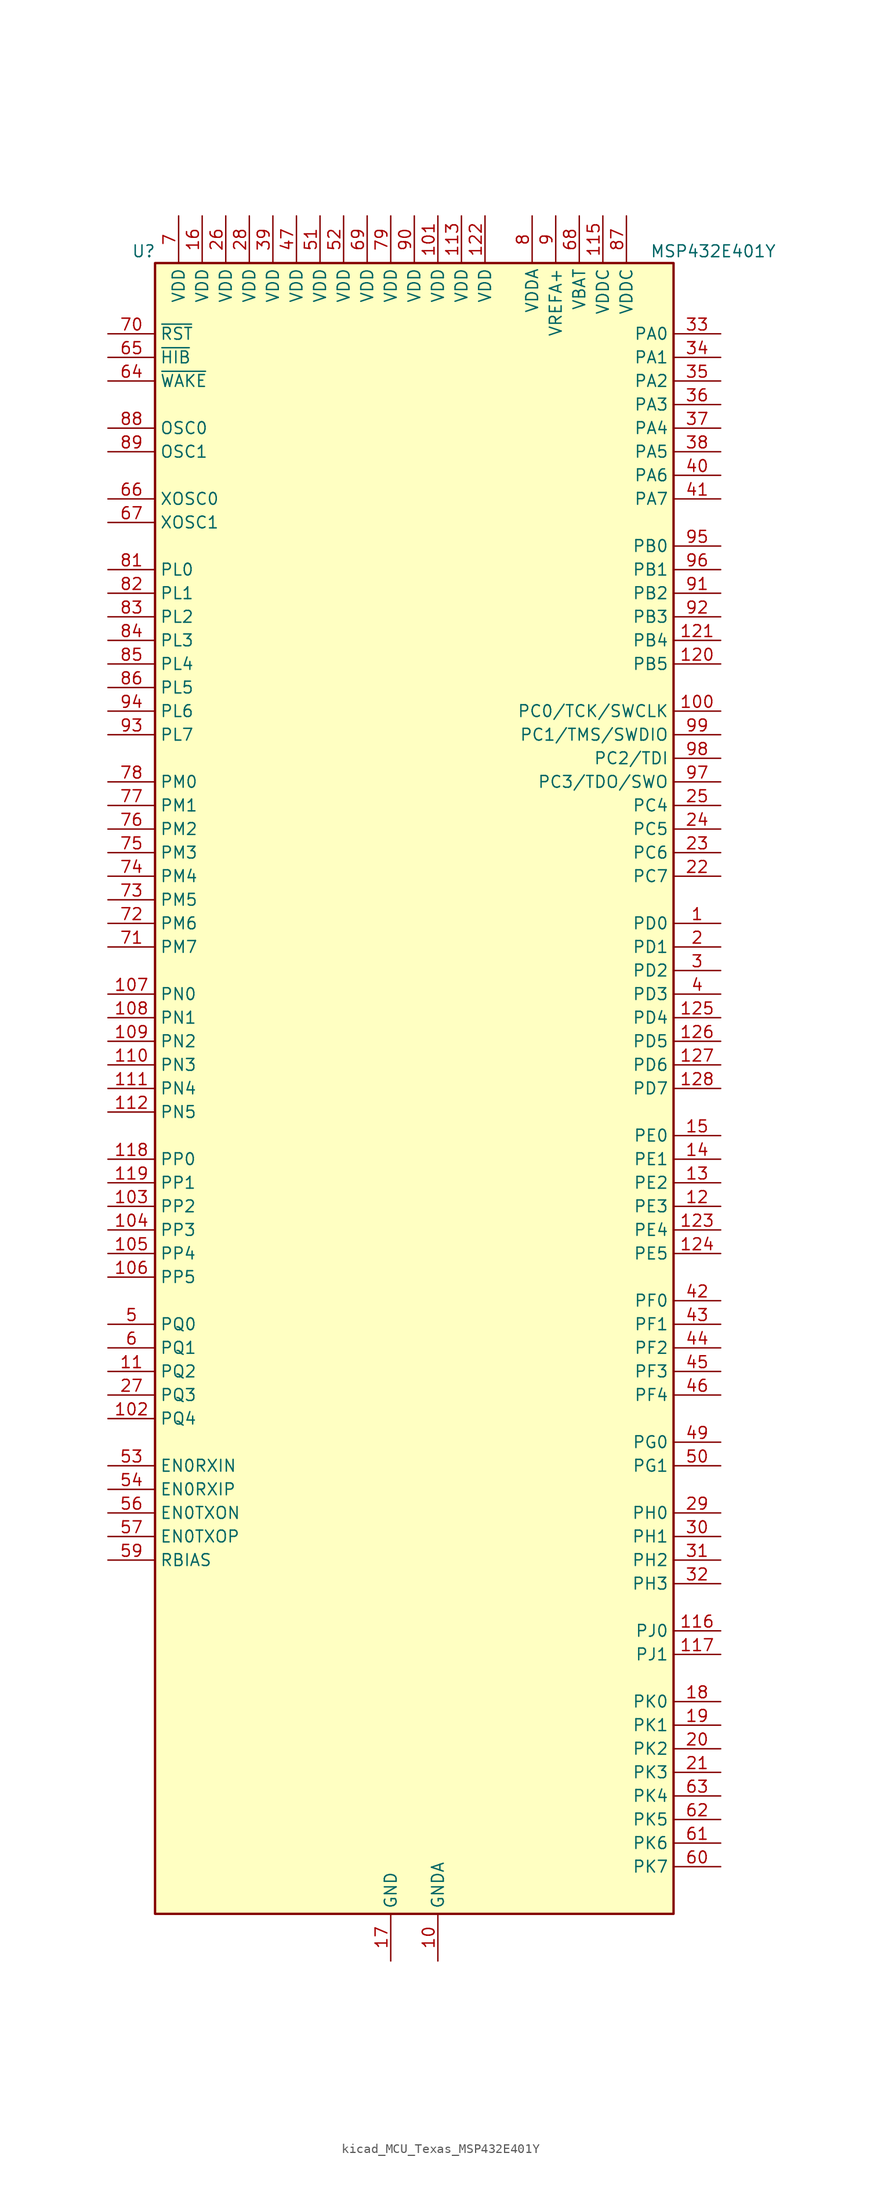
<source format=kicad_sym>
(kicad_symbol_lib
  (version 20220914)
  (generator kicad_symbol_editor)
  (symbol "kicad_MCU_Texas_MSP432E401Y"
    (property "Reference" "U"
      (at -30.48 90.17 0)
      (effects (font (size 1.27 1.27)) (justify left)))
    (property "Value" "MSP432E401Y"
      (at 25.4 90.17 0)
      (effects (font (size 1.27 1.27)) (justify left)))
    (symbol "kicad_MCU_Texas_MSP432E401Y_1_1"
      (rectangle (start -27.94 -88.9) (end 27.94 88.9) (stroke (width 0.254) (type default)) (fill (type background)))
      (pin bidirectional line (at 33.02 17.78 180) (length 5.08) (name "PD0" (effects (font (size 1.27 1.27)))) (number "1" (effects (font (size 1.27 1.27)))))
      (pin power_in line (at 2.54 -93.98 90) (length 5.08) (name "GNDA" (effects (font (size 1.27 1.27)))) (number "10" (effects (font (size 1.27 1.27)))))
      (pin bidirectional line (at 33.02 40.64 180) (length 5.08) (name "PC0/TCK/SWCLK" (effects (font (size 1.27 1.27)))) (number "100" (effects (font (size 1.27 1.27)))))
      (pin power_in line (at 2.54 93.98 270) (length 5.08) (name "VDD" (effects (font (size 1.27 1.27)))) (number "101" (effects (font (size 1.27 1.27)))))
      (pin bidirectional line (at -33.02 -35.56 0) (length 5.08) (name "PQ4" (effects (font (size 1.27 1.27)))) (number "102" (effects (font (size 1.27 1.27)))))
      (pin bidirectional line (at -33.02 -12.7 0) (length 5.08) (name "PP2" (effects (font (size 1.27 1.27)))) (number "103" (effects (font (size 1.27 1.27)))))
      (pin bidirectional line (at -33.02 -15.24 0) (length 5.08) (name "PP3" (effects (font (size 1.27 1.27)))) (number "104" (effects (font (size 1.27 1.27)))))
      (pin bidirectional line (at -33.02 -17.78 0) (length 5.08) (name "PP4" (effects (font (size 1.27 1.27)))) (number "105" (effects (font (size 1.27 1.27)))))
      (pin bidirectional line (at -33.02 -20.32 0) (length 5.08) (name "PP5" (effects (font (size 1.27 1.27)))) (number "106" (effects (font (size 1.27 1.27)))))
      (pin bidirectional line (at -33.02 10.16 0) (length 5.08) (name "PN0" (effects (font (size 1.27 1.27)))) (number "107" (effects (font (size 1.27 1.27)))))
      (pin bidirectional line (at -33.02 7.62 0) (length 5.08) (name "PN1" (effects (font (size 1.27 1.27)))) (number "108" (effects (font (size 1.27 1.27)))))
      (pin bidirectional line (at -33.02 5.08 0) (length 5.08) (name "PN2" (effects (font (size 1.27 1.27)))) (number "109" (effects (font (size 1.27 1.27)))))
      (pin bidirectional line (at -33.02 -30.48 0) (length 5.08) (name "PQ2" (effects (font (size 1.27 1.27)))) (number "11" (effects (font (size 1.27 1.27)))))
      (pin bidirectional line (at -33.02 2.54 0) (length 5.08) (name "PN3" (effects (font (size 1.27 1.27)))) (number "110" (effects (font (size 1.27 1.27)))))
      (pin bidirectional line (at -33.02 0 0) (length 5.08) (name "PN4" (effects (font (size 1.27 1.27)))) (number "111" (effects (font (size 1.27 1.27)))))
      (pin bidirectional line (at -33.02 -2.54 0) (length 5.08) (name "PN5" (effects (font (size 1.27 1.27)))) (number "112" (effects (font (size 1.27 1.27)))))
      (pin power_in line (at 5.08 93.98 270) (length 5.08) (name "VDD" (effects (font (size 1.27 1.27)))) (number "113" (effects (font (size 1.27 1.27)))))
      (pin passive line (at -2.54 -93.98 90) (length 5.08) hide (name "GND" (effects (font (size 1.27 1.27)))) (number "114" (effects (font (size 1.27 1.27)))))
      (pin power_in line (at 20.32 93.98 270) (length 5.08) (name "VDDC" (effects (font (size 1.27 1.27)))) (number "115" (effects (font (size 1.27 1.27)))))
      (pin bidirectional line (at 33.02 -58.42 180) (length 5.08) (name "PJ0" (effects (font (size 1.27 1.27)))) (number "116" (effects (font (size 1.27 1.27)))))
      (pin bidirectional line (at 33.02 -60.96 180) (length 5.08) (name "PJ1" (effects (font (size 1.27 1.27)))) (number "117" (effects (font (size 1.27 1.27)))))
      (pin bidirectional line (at -33.02 -7.62 0) (length 5.08) (name "PP0" (effects (font (size 1.27 1.27)))) (number "118" (effects (font (size 1.27 1.27)))))
      (pin bidirectional line (at -33.02 -10.16 0) (length 5.08) (name "PP1" (effects (font (size 1.27 1.27)))) (number "119" (effects (font (size 1.27 1.27)))))
      (pin bidirectional line (at 33.02 -12.7 180) (length 5.08) (name "PE3" (effects (font (size 1.27 1.27)))) (number "12" (effects (font (size 1.27 1.27)))))
      (pin bidirectional line (at 33.02 45.72 180) (length 5.08) (name "PB5" (effects (font (size 1.27 1.27)))) (number "120" (effects (font (size 1.27 1.27)))))
      (pin bidirectional line (at 33.02 48.26 180) (length 5.08) (name "PB4" (effects (font (size 1.27 1.27)))) (number "121" (effects (font (size 1.27 1.27)))))
      (pin power_in line (at 7.62 93.98 270) (length 5.08) (name "VDD" (effects (font (size 1.27 1.27)))) (number "122" (effects (font (size 1.27 1.27)))))
      (pin bidirectional line (at 33.02 -15.24 180) (length 5.08) (name "PE4" (effects (font (size 1.27 1.27)))) (number "123" (effects (font (size 1.27 1.27)))))
      (pin bidirectional line (at 33.02 -17.78 180) (length 5.08) (name "PE5" (effects (font (size 1.27 1.27)))) (number "124" (effects (font (size 1.27 1.27)))))
      (pin bidirectional line (at 33.02 7.62 180) (length 5.08) (name "PD4" (effects (font (size 1.27 1.27)))) (number "125" (effects (font (size 1.27 1.27)))))
      (pin bidirectional line (at 33.02 5.08 180) (length 5.08) (name "PD5" (effects (font (size 1.27 1.27)))) (number "126" (effects (font (size 1.27 1.27)))))
      (pin bidirectional line (at 33.02 2.54 180) (length 5.08) (name "PD6" (effects (font (size 1.27 1.27)))) (number "127" (effects (font (size 1.27 1.27)))))
      (pin bidirectional line (at 33.02 0 180) (length 5.08) (name "PD7" (effects (font (size 1.27 1.27)))) (number "128" (effects (font (size 1.27 1.27)))))
      (pin bidirectional line (at 33.02 -10.16 180) (length 5.08) (name "PE2" (effects (font (size 1.27 1.27)))) (number "13" (effects (font (size 1.27 1.27)))))
      (pin bidirectional line (at 33.02 -7.62 180) (length 5.08) (name "PE1" (effects (font (size 1.27 1.27)))) (number "14" (effects (font (size 1.27 1.27)))))
      (pin bidirectional line (at 33.02 -5.08 180) (length 5.08) (name "PE0" (effects (font (size 1.27 1.27)))) (number "15" (effects (font (size 1.27 1.27)))))
      (pin power_in line (at -22.86 93.98 270) (length 5.08) (name "VDD" (effects (font (size 1.27 1.27)))) (number "16" (effects (font (size 1.27 1.27)))))
      (pin power_in line (at -2.54 -93.98 90) (length 5.08) (name "GND" (effects (font (size 1.27 1.27)))) (number "17" (effects (font (size 1.27 1.27)))))
      (pin bidirectional line (at 33.02 -66.04 180) (length 5.08) (name "PK0" (effects (font (size 1.27 1.27)))) (number "18" (effects (font (size 1.27 1.27)))))
      (pin bidirectional line (at 33.02 -68.58 180) (length 5.08) (name "PK1" (effects (font (size 1.27 1.27)))) (number "19" (effects (font (size 1.27 1.27)))))
      (pin bidirectional line (at 33.02 15.24 180) (length 5.08) (name "PD1" (effects (font (size 1.27 1.27)))) (number "2" (effects (font (size 1.27 1.27)))))
      (pin bidirectional line (at 33.02 -71.12 180) (length 5.08) (name "PK2" (effects (font (size 1.27 1.27)))) (number "20" (effects (font (size 1.27 1.27)))))
      (pin bidirectional line (at 33.02 -73.66 180) (length 5.08) (name "PK3" (effects (font (size 1.27 1.27)))) (number "21" (effects (font (size 1.27 1.27)))))
      (pin bidirectional line (at 33.02 22.86 180) (length 5.08) (name "PC7" (effects (font (size 1.27 1.27)))) (number "22" (effects (font (size 1.27 1.27)))))
      (pin bidirectional line (at 33.02 25.4 180) (length 5.08) (name "PC6" (effects (font (size 1.27 1.27)))) (number "23" (effects (font (size 1.27 1.27)))))
      (pin bidirectional line (at 33.02 27.94 180) (length 5.08) (name "PC5" (effects (font (size 1.27 1.27)))) (number "24" (effects (font (size 1.27 1.27)))))
      (pin bidirectional line (at 33.02 30.48 180) (length 5.08) (name "PC4" (effects (font (size 1.27 1.27)))) (number "25" (effects (font (size 1.27 1.27)))))
      (pin power_in line (at -20.32 93.98 270) (length 5.08) (name "VDD" (effects (font (size 1.27 1.27)))) (number "26" (effects (font (size 1.27 1.27)))))
      (pin bidirectional line (at -33.02 -33.02 0) (length 5.08) (name "PQ3" (effects (font (size 1.27 1.27)))) (number "27" (effects (font (size 1.27 1.27)))))
      (pin power_in line (at -17.78 93.98 270) (length 5.08) (name "VDD" (effects (font (size 1.27 1.27)))) (number "28" (effects (font (size 1.27 1.27)))))
      (pin bidirectional line (at 33.02 -45.72 180) (length 5.08) (name "PH0" (effects (font (size 1.27 1.27)))) (number "29" (effects (font (size 1.27 1.27)))))
      (pin bidirectional line (at 33.02 12.7 180) (length 5.08) (name "PD2" (effects (font (size 1.27 1.27)))) (number "3" (effects (font (size 1.27 1.27)))))
      (pin bidirectional line (at 33.02 -48.26 180) (length 5.08) (name "PH1" (effects (font (size 1.27 1.27)))) (number "30" (effects (font (size 1.27 1.27)))))
      (pin bidirectional line (at 33.02 -50.8 180) (length 5.08) (name "PH2" (effects (font (size 1.27 1.27)))) (number "31" (effects (font (size 1.27 1.27)))))
      (pin bidirectional line (at 33.02 -53.34 180) (length 5.08) (name "PH3" (effects (font (size 1.27 1.27)))) (number "32" (effects (font (size 1.27 1.27)))))
      (pin bidirectional line (at 33.02 81.28 180) (length 5.08) (name "PA0" (effects (font (size 1.27 1.27)))) (number "33" (effects (font (size 1.27 1.27)))))
      (pin bidirectional line (at 33.02 78.74 180) (length 5.08) (name "PA1" (effects (font (size 1.27 1.27)))) (number "34" (effects (font (size 1.27 1.27)))))
      (pin bidirectional line (at 33.02 76.2 180) (length 5.08) (name "PA2" (effects (font (size 1.27 1.27)))) (number "35" (effects (font (size 1.27 1.27)))))
      (pin bidirectional line (at 33.02 73.66 180) (length 5.08) (name "PA3" (effects (font (size 1.27 1.27)))) (number "36" (effects (font (size 1.27 1.27)))))
      (pin bidirectional line (at 33.02 71.12 180) (length 5.08) (name "PA4" (effects (font (size 1.27 1.27)))) (number "37" (effects (font (size 1.27 1.27)))))
      (pin bidirectional line (at 33.02 68.58 180) (length 5.08) (name "PA5" (effects (font (size 1.27 1.27)))) (number "38" (effects (font (size 1.27 1.27)))))
      (pin power_in line (at -15.24 93.98 270) (length 5.08) (name "VDD" (effects (font (size 1.27 1.27)))) (number "39" (effects (font (size 1.27 1.27)))))
      (pin bidirectional line (at 33.02 10.16 180) (length 5.08) (name "PD3" (effects (font (size 1.27 1.27)))) (number "4" (effects (font (size 1.27 1.27)))))
      (pin bidirectional line (at 33.02 66.04 180) (length 5.08) (name "PA6" (effects (font (size 1.27 1.27)))) (number "40" (effects (font (size 1.27 1.27)))))
      (pin bidirectional line (at 33.02 63.5 180) (length 5.08) (name "PA7" (effects (font (size 1.27 1.27)))) (number "41" (effects (font (size 1.27 1.27)))))
      (pin bidirectional line (at 33.02 -22.86 180) (length 5.08) (name "PF0" (effects (font (size 1.27 1.27)))) (number "42" (effects (font (size 1.27 1.27)))))
      (pin bidirectional line (at 33.02 -25.4 180) (length 5.08) (name "PF1" (effects (font (size 1.27 1.27)))) (number "43" (effects (font (size 1.27 1.27)))))
      (pin bidirectional line (at 33.02 -27.94 180) (length 5.08) (name "PF2" (effects (font (size 1.27 1.27)))) (number "44" (effects (font (size 1.27 1.27)))))
      (pin bidirectional line (at 33.02 -30.48 180) (length 5.08) (name "PF3" (effects (font (size 1.27 1.27)))) (number "45" (effects (font (size 1.27 1.27)))))
      (pin bidirectional line (at 33.02 -33.02 180) (length 5.08) (name "PF4" (effects (font (size 1.27 1.27)))) (number "46" (effects (font (size 1.27 1.27)))))
      (pin power_in line (at -12.7 93.98 270) (length 5.08) (name "VDD" (effects (font (size 1.27 1.27)))) (number "47" (effects (font (size 1.27 1.27)))))
      (pin passive line (at -2.54 -93.98 90) (length 5.08) hide (name "GND" (effects (font (size 1.27 1.27)))) (number "48" (effects (font (size 1.27 1.27)))))
      (pin bidirectional line (at 33.02 -38.1 180) (length 5.08) (name "PG0" (effects (font (size 1.27 1.27)))) (number "49" (effects (font (size 1.27 1.27)))))
      (pin bidirectional line (at -33.02 -25.4 0) (length 5.08) (name "PQ0" (effects (font (size 1.27 1.27)))) (number "5" (effects (font (size 1.27 1.27)))))
      (pin bidirectional line (at 33.02 -40.64 180) (length 5.08) (name "PG1" (effects (font (size 1.27 1.27)))) (number "50" (effects (font (size 1.27 1.27)))))
      (pin power_in line (at -10.16 93.98 270) (length 5.08) (name "VDD" (effects (font (size 1.27 1.27)))) (number "51" (effects (font (size 1.27 1.27)))))
      (pin power_in line (at -7.62 93.98 270) (length 5.08) (name "VDD" (effects (font (size 1.27 1.27)))) (number "52" (effects (font (size 1.27 1.27)))))
      (pin bidirectional line (at -33.02 -40.64 0) (length 5.08) (name "EN0RXIN" (effects (font (size 1.27 1.27)))) (number "53" (effects (font (size 1.27 1.27)))))
      (pin bidirectional line (at -33.02 -43.18 0) (length 5.08) (name "EN0RXIP" (effects (font (size 1.27 1.27)))) (number "54" (effects (font (size 1.27 1.27)))))
      (pin passive line (at -2.54 -93.98 90) (length 5.08) hide (name "GND" (effects (font (size 1.27 1.27)))) (number "55" (effects (font (size 1.27 1.27)))))
      (pin bidirectional line (at -33.02 -45.72 0) (length 5.08) (name "EN0TXON" (effects (font (size 1.27 1.27)))) (number "56" (effects (font (size 1.27 1.27)))))
      (pin bidirectional line (at -33.02 -48.26 0) (length 5.08) (name "EN0TXOP" (effects (font (size 1.27 1.27)))) (number "57" (effects (font (size 1.27 1.27)))))
      (pin passive line (at -2.54 -93.98 90) (length 5.08) hide (name "GND" (effects (font (size 1.27 1.27)))) (number "58" (effects (font (size 1.27 1.27)))))
      (pin passive line (at -33.02 -50.8 0) (length 5.08) (name "RBIAS" (effects (font (size 1.27 1.27)))) (number "59" (effects (font (size 1.27 1.27)))))
      (pin bidirectional line (at -33.02 -27.94 0) (length 5.08) (name "PQ1" (effects (font (size 1.27 1.27)))) (number "6" (effects (font (size 1.27 1.27)))))
      (pin bidirectional line (at 33.02 -83.82 180) (length 5.08) (name "PK7" (effects (font (size 1.27 1.27)))) (number "60" (effects (font (size 1.27 1.27)))))
      (pin bidirectional line (at 33.02 -81.28 180) (length 5.08) (name "PK6" (effects (font (size 1.27 1.27)))) (number "61" (effects (font (size 1.27 1.27)))))
      (pin bidirectional line (at 33.02 -78.74 180) (length 5.08) (name "PK5" (effects (font (size 1.27 1.27)))) (number "62" (effects (font (size 1.27 1.27)))))
      (pin bidirectional line (at 33.02 -76.2 180) (length 5.08) (name "PK4" (effects (font (size 1.27 1.27)))) (number "63" (effects (font (size 1.27 1.27)))))
      (pin input line (at -33.02 76.2 0) (length 5.08) (name "~{WAKE}" (effects (font (size 1.27 1.27)))) (number "64" (effects (font (size 1.27 1.27)))))
      (pin output line (at -33.02 78.74 0) (length 5.08) (name "~{HIB}" (effects (font (size 1.27 1.27)))) (number "65" (effects (font (size 1.27 1.27)))))
      (pin input line (at -33.02 63.5 0) (length 5.08) (name "XOSC0" (effects (font (size 1.27 1.27)))) (number "66" (effects (font (size 1.27 1.27)))))
      (pin output line (at -33.02 60.96 0) (length 5.08) (name "XOSC1" (effects (font (size 1.27 1.27)))) (number "67" (effects (font (size 1.27 1.27)))))
      (pin power_in line (at 17.78 93.98 270) (length 5.08) (name "VBAT" (effects (font (size 1.27 1.27)))) (number "68" (effects (font (size 1.27 1.27)))))
      (pin power_in line (at -5.08 93.98 270) (length 5.08) (name "VDD" (effects (font (size 1.27 1.27)))) (number "69" (effects (font (size 1.27 1.27)))))
      (pin power_in line (at -25.4 93.98 270) (length 5.08) (name "VDD" (effects (font (size 1.27 1.27)))) (number "7" (effects (font (size 1.27 1.27)))))
      (pin input line (at -33.02 81.28 0) (length 5.08) (name "~{RST}" (effects (font (size 1.27 1.27)))) (number "70" (effects (font (size 1.27 1.27)))))
      (pin bidirectional line (at -33.02 15.24 0) (length 5.08) (name "PM7" (effects (font (size 1.27 1.27)))) (number "71" (effects (font (size 1.27 1.27)))))
      (pin bidirectional line (at -33.02 17.78 0) (length 5.08) (name "PM6" (effects (font (size 1.27 1.27)))) (number "72" (effects (font (size 1.27 1.27)))))
      (pin bidirectional line (at -33.02 20.32 0) (length 5.08) (name "PM5" (effects (font (size 1.27 1.27)))) (number "73" (effects (font (size 1.27 1.27)))))
      (pin bidirectional line (at -33.02 22.86 0) (length 5.08) (name "PM4" (effects (font (size 1.27 1.27)))) (number "74" (effects (font (size 1.27 1.27)))))
      (pin bidirectional line (at -33.02 25.4 0) (length 5.08) (name "PM3" (effects (font (size 1.27 1.27)))) (number "75" (effects (font (size 1.27 1.27)))))
      (pin bidirectional line (at -33.02 27.94 0) (length 5.08) (name "PM2" (effects (font (size 1.27 1.27)))) (number "76" (effects (font (size 1.27 1.27)))))
      (pin bidirectional line (at -33.02 30.48 0) (length 5.08) (name "PM1" (effects (font (size 1.27 1.27)))) (number "77" (effects (font (size 1.27 1.27)))))
      (pin bidirectional line (at -33.02 33.02 0) (length 5.08) (name "PM0" (effects (font (size 1.27 1.27)))) (number "78" (effects (font (size 1.27 1.27)))))
      (pin power_in line (at -2.54 93.98 270) (length 5.08) (name "VDD" (effects (font (size 1.27 1.27)))) (number "79" (effects (font (size 1.27 1.27)))))
      (pin power_in line (at 12.7 93.98 270) (length 5.08) (name "VDDA" (effects (font (size 1.27 1.27)))) (number "8" (effects (font (size 1.27 1.27)))))
      (pin passive line (at -2.54 -93.98 90) (length 5.08) hide (name "GND" (effects (font (size 1.27 1.27)))) (number "80" (effects (font (size 1.27 1.27)))))
      (pin bidirectional line (at -33.02 55.88 0) (length 5.08) (name "PL0" (effects (font (size 1.27 1.27)))) (number "81" (effects (font (size 1.27 1.27)))))
      (pin bidirectional line (at -33.02 53.34 0) (length 5.08) (name "PL1" (effects (font (size 1.27 1.27)))) (number "82" (effects (font (size 1.27 1.27)))))
      (pin bidirectional line (at -33.02 50.8 0) (length 5.08) (name "PL2" (effects (font (size 1.27 1.27)))) (number "83" (effects (font (size 1.27 1.27)))))
      (pin bidirectional line (at -33.02 48.26 0) (length 5.08) (name "PL3" (effects (font (size 1.27 1.27)))) (number "84" (effects (font (size 1.27 1.27)))))
      (pin bidirectional line (at -33.02 45.72 0) (length 5.08) (name "PL4" (effects (font (size 1.27 1.27)))) (number "85" (effects (font (size 1.27 1.27)))))
      (pin bidirectional line (at -33.02 43.18 0) (length 5.08) (name "PL5" (effects (font (size 1.27 1.27)))) (number "86" (effects (font (size 1.27 1.27)))))
      (pin power_in line (at 22.86 93.98 270) (length 5.08) (name "VDDC" (effects (font (size 1.27 1.27)))) (number "87" (effects (font (size 1.27 1.27)))))
      (pin input line (at -33.02 71.12 0) (length 5.08) (name "OSC0" (effects (font (size 1.27 1.27)))) (number "88" (effects (font (size 1.27 1.27)))))
      (pin output line (at -33.02 68.58 0) (length 5.08) (name "OSC1" (effects (font (size 1.27 1.27)))) (number "89" (effects (font (size 1.27 1.27)))))
      (pin power_in line (at 15.24 93.98 270) (length 5.08) (name "VREFA+" (effects (font (size 1.27 1.27)))) (number "9" (effects (font (size 1.27 1.27)))))
      (pin power_in line (at 0 93.98 270) (length 5.08) (name "VDD" (effects (font (size 1.27 1.27)))) (number "90" (effects (font (size 1.27 1.27)))))
      (pin bidirectional line (at 33.02 53.34 180) (length 5.08) (name "PB2" (effects (font (size 1.27 1.27)))) (number "91" (effects (font (size 1.27 1.27)))))
      (pin bidirectional line (at 33.02 50.8 180) (length 5.08) (name "PB3" (effects (font (size 1.27 1.27)))) (number "92" (effects (font (size 1.27 1.27)))))
      (pin bidirectional line (at -33.02 38.1 0) (length 5.08) (name "PL7" (effects (font (size 1.27 1.27)))) (number "93" (effects (font (size 1.27 1.27)))))
      (pin bidirectional line (at -33.02 40.64 0) (length 5.08) (name "PL6" (effects (font (size 1.27 1.27)))) (number "94" (effects (font (size 1.27 1.27)))))
      (pin bidirectional line (at 33.02 58.42 180) (length 5.08) (name "PB0" (effects (font (size 1.27 1.27)))) (number "95" (effects (font (size 1.27 1.27)))))
      (pin bidirectional line (at 33.02 55.88 180) (length 5.08) (name "PB1" (effects (font (size 1.27 1.27)))) (number "96" (effects (font (size 1.27 1.27)))))
      (pin bidirectional line (at 33.02 33.02 180) (length 5.08) (name "PC3/TDO/SWO" (effects (font (size 1.27 1.27)))) (number "97" (effects (font (size 1.27 1.27)))))
      (pin bidirectional line (at 33.02 35.56 180) (length 5.08) (name "PC2/TDI" (effects (font (size 1.27 1.27)))) (number "98" (effects (font (size 1.27 1.27)))))
      (pin bidirectional line (at 33.02 38.1 180) (length 5.08) (name "PC1/TMS/SWDIO" (effects (font (size 1.27 1.27)))) (number "99" (effects (font (size 1.27 1.27))))))))
</source>
